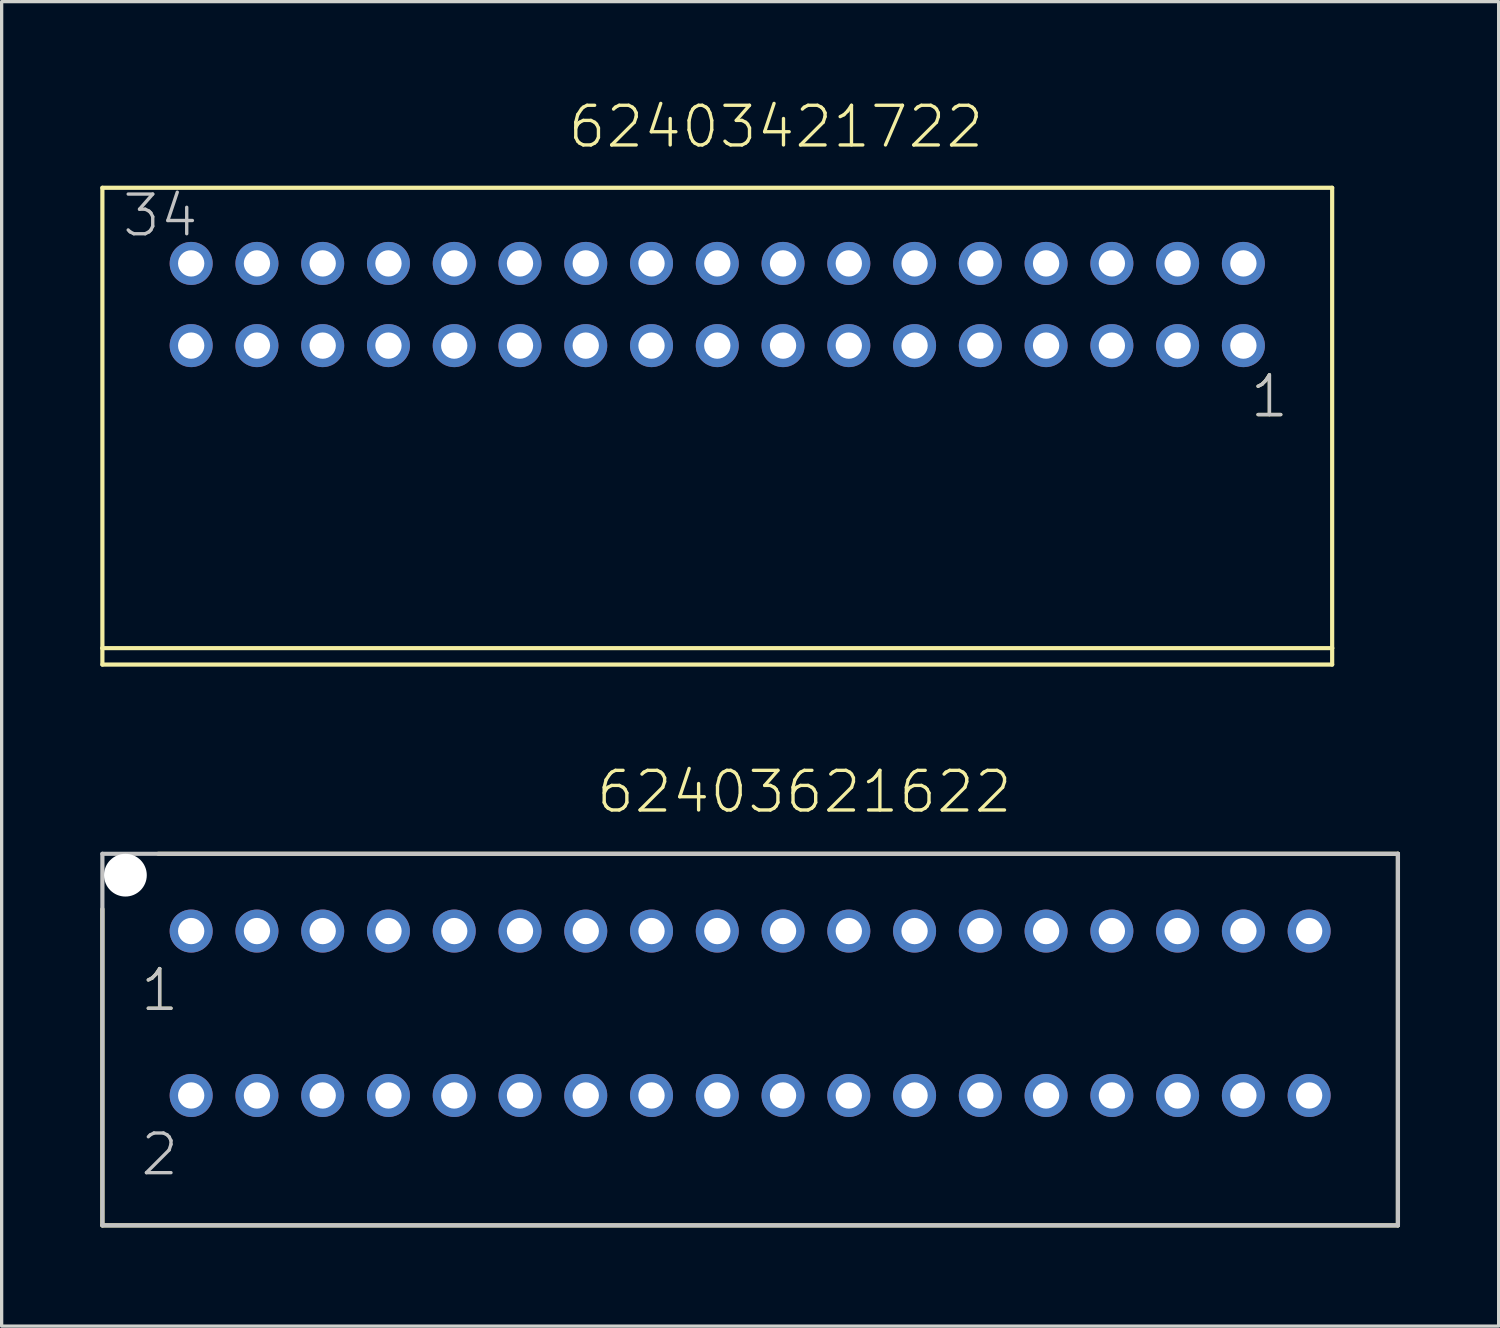
<source format=kicad_pcb>
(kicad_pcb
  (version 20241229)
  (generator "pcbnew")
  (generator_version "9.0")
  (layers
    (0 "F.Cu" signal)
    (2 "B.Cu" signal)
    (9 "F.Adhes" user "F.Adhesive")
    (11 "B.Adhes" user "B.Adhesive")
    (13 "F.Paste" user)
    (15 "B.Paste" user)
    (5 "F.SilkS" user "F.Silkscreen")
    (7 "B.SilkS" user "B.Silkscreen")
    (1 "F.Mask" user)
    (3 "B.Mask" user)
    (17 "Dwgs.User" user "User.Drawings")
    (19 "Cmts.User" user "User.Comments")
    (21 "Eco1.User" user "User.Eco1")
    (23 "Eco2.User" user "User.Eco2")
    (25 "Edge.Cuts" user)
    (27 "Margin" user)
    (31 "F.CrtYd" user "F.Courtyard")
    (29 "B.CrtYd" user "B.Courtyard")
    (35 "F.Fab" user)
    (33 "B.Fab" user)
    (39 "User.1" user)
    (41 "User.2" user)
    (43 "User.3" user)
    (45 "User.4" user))
  (footprint "62403621622"
    (layer "F.Cu")
    (at 19.764 27.766)
    (property "Reference" "62403621622" (at -4.736 -6.03 0) (layer "F.SilkS") (effects (font (size 1.206 1.206) (thickness 0.102)) (justify left bottom)))
    (attr through_hole)
    (fp_line (start -19.7 6.45) (end -19.7 -3.17) (stroke (width 0.127) (type solid)) (layer "F.SilkS"))
    (fp_line (start -18 -4.85) (end 19.7 -4.85) (stroke (width 0.127) (type solid)) (layer "F.SilkS"))
    (fp_line (start 19.7 -4.85) (end 19.7 6.45) (stroke (width 0.127) (type solid)) (layer "F.SilkS"))
    (fp_line (start 19.7 6.45) (end -19.7 6.45) (stroke (width 0.127) (type solid)) (layer "F.SilkS"))
    (fp_line (start -19.7 -4.85) (end 19.7 -4.85) (stroke (width 0.127) (type solid)) (layer "Dwgs.User"))
    (fp_line (start -19.7 6.45) (end -19.7 -4.85) (stroke (width 0.127) (type solid)) (layer "Dwgs.User"))
    (fp_line (start 19.7 -4.85) (end 19.7 6.45) (stroke (width 0.127) (type solid)) (layer "Dwgs.User"))
    (fp_line (start 19.7 6.45) (end -19.7 6.45) (stroke (width 0.127) (type solid)) (layer "Dwgs.User"))
    (fp_text user "1" (at -18.6 0 0) (layer "F.SilkS") (effects (font (size 1.206 1.206) (thickness 0.102)) (justify left bottom)))
    (fp_text user "1" (at -18.6 0 0) (layer "Dwgs.User") (effects (font (size 1.206 1.206) (thickness 0.102)) (justify left bottom)))
    (fp_text user "2" (at -18.6 5 0) (layer "Dwgs.User") (effects (font (size 1.206 1.206) (thickness 0.102)) (justify left bottom)))
    (pad "" np_thru_hole circle (at -19 -4.2) (size 1.3 1.3) (drill 1.3) (layers "*.Cu"))
    (pad "1" thru_hole circle (at -17 -2.5) (size 1.308 1.308) (drill 0.8) (layers "*.Cu" "*.Mask"))
    (pad "2" thru_hole circle (at -17 2.5) (size 1.308 1.308) (drill 0.8) (layers "*.Cu" "*.Mask"))
    (pad "3" thru_hole circle (at -15 -2.5) (size 1.308 1.308) (drill 0.8) (layers "*.Cu" "*.Mask"))
    (pad "4" thru_hole circle (at -15 2.5) (size 1.308 1.308) (drill 0.8) (layers "*.Cu" "*.Mask"))
    (pad "5" thru_hole circle (at -13 -2.5) (size 1.308 1.308) (drill 0.8) (layers "*.Cu" "*.Mask"))
    (pad "6" thru_hole circle (at -13 2.5) (size 1.308 1.308) (drill 0.8) (layers "*.Cu" "*.Mask"))
    (pad "7" thru_hole circle (at -11 -2.5) (size 1.308 1.308) (drill 0.8) (layers "*.Cu" "*.Mask"))
    (pad "8" thru_hole circle (at -11 2.5) (size 1.308 1.308) (drill 0.8) (layers "*.Cu" "*.Mask"))
    (pad "9" thru_hole circle (at -9 -2.5) (size 1.308 1.308) (drill 0.8) (layers "*.Cu" "*.Mask"))
    (pad "10" thru_hole circle (at -9 2.5) (size 1.308 1.308) (drill 0.8) (layers "*.Cu" "*.Mask"))
    (pad "11" thru_hole circle (at -7 -2.5) (size 1.308 1.308) (drill 0.8) (layers "*.Cu" "*.Mask"))
    (pad "12" thru_hole circle (at -7 2.5) (size 1.308 1.308) (drill 0.8) (layers "*.Cu" "*.Mask"))
    (pad "13" thru_hole circle (at -5 -2.5) (size 1.308 1.308) (drill 0.8) (layers "*.Cu" "*.Mask"))
    (pad "14" thru_hole circle (at -5 2.5) (size 1.308 1.308) (drill 0.8) (layers "*.Cu" "*.Mask"))
    (pad "15" thru_hole circle (at -3 -2.5) (size 1.308 1.308) (drill 0.8) (layers "*.Cu" "*.Mask"))
    (pad "16" thru_hole circle (at -3 2.5) (size 1.308 1.308) (drill 0.8) (layers "*.Cu" "*.Mask"))
    (pad "17" thru_hole circle (at -1 -2.5) (size 1.308 1.308) (drill 0.8) (layers "*.Cu" "*.Mask"))
    (pad "18" thru_hole circle (at -1 2.5) (size 1.308 1.308) (drill 0.8) (layers "*.Cu" "*.Mask"))
    (pad "19" thru_hole circle (at 1 -2.5) (size 1.308 1.308) (drill 0.8) (layers "*.Cu" "*.Mask"))
    (pad "20" thru_hole circle (at 1 2.5) (size 1.308 1.308) (drill 0.8) (layers "*.Cu" "*.Mask"))
    (pad "21" thru_hole circle (at 3 -2.5) (size 1.308 1.308) (drill 0.8) (layers "*.Cu" "*.Mask"))
    (pad "22" thru_hole circle (at 3 2.5) (size 1.308 1.308) (drill 0.8) (layers "*.Cu" "*.Mask"))
    (pad "23" thru_hole circle (at 5 -2.5) (size 1.308 1.308) (drill 0.8) (layers "*.Cu" "*.Mask"))
    (pad "24" thru_hole circle (at 5 2.5) (size 1.308 1.308) (drill 0.8) (layers "*.Cu" "*.Mask"))
    (pad "25" thru_hole circle (at 7 -2.5) (size 1.308 1.308) (drill 0.8) (layers "*.Cu" "*.Mask"))
    (pad "26" thru_hole circle (at 7 2.5) (size 1.308 1.308) (drill 0.8) (layers "*.Cu" "*.Mask"))
    (pad "27" thru_hole circle (at 9 -2.5) (size 1.308 1.308) (drill 0.8) (layers "*.Cu" "*.Mask"))
    (pad "28" thru_hole circle (at 9 2.5) (size 1.308 1.308) (drill 0.8) (layers "*.Cu" "*.Mask"))
    (pad "29" thru_hole circle (at 11 -2.5) (size 1.308 1.308) (drill 0.8) (layers "*.Cu" "*.Mask"))
    (pad "30" thru_hole circle (at 11 2.5) (size 1.308 1.308) (drill 0.8) (layers "*.Cu" "*.Mask"))
    (pad "31" thru_hole circle (at 13 -2.5) (size 1.308 1.308) (drill 0.8) (layers "*.Cu" "*.Mask"))
    (pad "32" thru_hole circle (at 13 2.5) (size 1.308 1.308) (drill 0.8) (layers "*.Cu" "*.Mask"))
    (pad "33" thru_hole circle (at 15 -2.5) (size 1.308 1.308) (drill 0.8) (layers "*.Cu" "*.Mask"))
    (pad "34" thru_hole circle (at 15 2.5) (size 1.308 1.308) (drill 0.8) (layers "*.Cu" "*.Mask"))
    (pad "35" thru_hole circle (at 17 -2.5) (size 1.308 1.308) (drill 0.8) (layers "*.Cu" "*.Mask"))
    (pad "36" thru_hole circle (at 17 2.5) (size 1.308 1.308) (drill 0.8) (layers "*.Cu" "*.Mask")))
  (footprint "62403421722"
    (layer "F.Cu")
    (at 18.764 6.211)
    (property "Reference" "62403421722" (at -4.6 -4.7 0) (layer "F.SilkS") (effects (font (size 1.206 1.206) (thickness 0.102)) (justify left bottom)))
    (attr through_hole)
    (fp_line (start -18.7 -3.55) (end -18.7 10.45) (stroke (width 0.127) (type solid)) (layer "F.SilkS"))
    (fp_line (start -18.7 10.45) (end -18.7 10.95) (stroke (width 0.127) (type solid)) (layer "F.SilkS"))
    (fp_line (start -18.7 10.45) (end 18.7 10.45) (stroke (width 0.127) (type solid)) (layer "F.SilkS"))
    (fp_line (start -18.7 10.95) (end 18.7 10.95) (stroke (width 0.127) (type solid)) (layer "F.SilkS"))
    (fp_line (start 18.7 -3.55) (end -18.7 -3.55) (stroke (width 0.127) (type solid)) (layer "F.SilkS"))
    (fp_line (start 18.7 10.45) (end 18.7 -3.55) (stroke (width 0.127) (type solid)) (layer "F.SilkS"))
    (fp_line (start 18.7 10.95) (end 18.7 10.45) (stroke (width 0.127) (type solid)) (layer "F.SilkS"))
    (fp_text user "1" (at 16.15 3.5 0) (layer "F.SilkS") (effects (font (size 1.206 1.206) (thickness 0.102)) (justify left bottom)))
    (fp_text user "34" (at -18.155 -2 0) (layer "Dwgs.User") (effects (font (size 1.206 1.206) (thickness 0.102)) (justify left bottom)))
    (fp_text user "1" (at 16.15 3.5 0) (layer "Dwgs.User") (effects (font (size 1.206 1.206) (thickness 0.102)) (justify left bottom)))
    (pad "1" thru_hole circle (at 16 1.25 180) (size 1.308 1.308) (drill 0.8) (layers "*.Cu" "*.Mask"))
    (pad "2" thru_hole circle (at 16 -1.25 180) (size 1.308 1.308) (drill 0.8) (layers "*.Cu" "*.Mask"))
    (pad "3" thru_hole circle (at 14 1.25 180) (size 1.308 1.308) (drill 0.8) (layers "*.Cu" "*.Mask"))
    (pad "4" thru_hole circle (at 14 -1.25 180) (size 1.308 1.308) (drill 0.8) (layers "*.Cu" "*.Mask"))
    (pad "5" thru_hole circle (at 12 1.25 180) (size 1.308 1.308) (drill 0.8) (layers "*.Cu" "*.Mask"))
    (pad "6" thru_hole circle (at 12 -1.25 180) (size 1.308 1.308) (drill 0.8) (layers "*.Cu" "*.Mask"))
    (pad "7" thru_hole circle (at 10 1.25 180) (size 1.308 1.308) (drill 0.8) (layers "*.Cu" "*.Mask"))
    (pad "8" thru_hole circle (at 10 -1.25 180) (size 1.308 1.308) (drill 0.8) (layers "*.Cu" "*.Mask"))
    (pad "9" thru_hole circle (at 8 1.25 180) (size 1.308 1.308) (drill 0.8) (layers "*.Cu" "*.Mask"))
    (pad "10" thru_hole circle (at 8 -1.25 180) (size 1.308 1.308) (drill 0.8) (layers "*.Cu" "*.Mask"))
    (pad "11" thru_hole circle (at 6 1.25 180) (size 1.308 1.308) (drill 0.8) (layers "*.Cu" "*.Mask"))
    (pad "12" thru_hole circle (at 6 -1.25 180) (size 1.308 1.308) (drill 0.8) (layers "*.Cu" "*.Mask"))
    (pad "13" thru_hole circle (at 4 1.25 180) (size 1.308 1.308) (drill 0.8) (layers "*.Cu" "*.Mask"))
    (pad "14" thru_hole circle (at 4 -1.25 180) (size 1.308 1.308) (drill 0.8) (layers "*.Cu" "*.Mask"))
    (pad "15" thru_hole circle (at 2 1.25 180) (size 1.308 1.308) (drill 0.8) (layers "*.Cu" "*.Mask"))
    (pad "16" thru_hole circle (at 2 -1.25 180) (size 1.308 1.308) (drill 0.8) (layers "*.Cu" "*.Mask"))
    (pad "17" thru_hole circle (at 0 1.25 180) (size 1.308 1.308) (drill 0.8) (layers "*.Cu" "*.Mask"))
    (pad "18" thru_hole circle (at 0 -1.25 180) (size 1.308 1.308) (drill 0.8) (layers "*.Cu" "*.Mask"))
    (pad "19" thru_hole circle (at -2 1.25 180) (size 1.308 1.308) (drill 0.8) (layers "*.Cu" "*.Mask"))
    (pad "20" thru_hole circle (at -2 -1.25 180) (size 1.308 1.308) (drill 0.8) (layers "*.Cu" "*.Mask"))
    (pad "21" thru_hole circle (at -4 1.25 180) (size 1.308 1.308) (drill 0.8) (layers "*.Cu" "*.Mask"))
    (pad "22" thru_hole circle (at -4 -1.25 180) (size 1.308 1.308) (drill 0.8) (layers "*.Cu" "*.Mask"))
    (pad "23" thru_hole circle (at -6 1.25 180) (size 1.308 1.308) (drill 0.8) (layers "*.Cu" "*.Mask"))
    (pad "24" thru_hole circle (at -6 -1.25 180) (size 1.308 1.308) (drill 0.8) (layers "*.Cu" "*.Mask"))
    (pad "25" thru_hole circle (at -8 1.25 180) (size 1.308 1.308) (drill 0.8) (layers "*.Cu" "*.Mask"))
    (pad "26" thru_hole circle (at -8 -1.25 180) (size 1.308 1.308) (drill 0.8) (layers "*.Cu" "*.Mask"))
    (pad "27" thru_hole circle (at -10 1.25 180) (size 1.308 1.308) (drill 0.8) (layers "*.Cu" "*.Mask"))
    (pad "28" thru_hole circle (at -10 -1.25 180) (size 1.308 1.308) (drill 0.8) (layers "*.Cu" "*.Mask"))
    (pad "29" thru_hole circle (at -12 1.25 180) (size 1.308 1.308) (drill 0.8) (layers "*.Cu" "*.Mask"))
    (pad "30" thru_hole circle (at -12 -1.25 180) (size 1.308 1.308) (drill 0.8) (layers "*.Cu" "*.Mask"))
    (pad "31" thru_hole circle (at -14 1.25 180) (size 1.308 1.308) (drill 0.8) (layers "*.Cu" "*.Mask"))
    (pad "32" thru_hole circle (at -14 -1.25 180) (size 1.308 1.308) (drill 0.8) (layers "*.Cu" "*.Mask"))
    (pad "33" thru_hole circle (at -16 1.25 180) (size 1.308 1.308) (drill 0.8) (layers "*.Cu" "*.Mask"))
    (pad "34" thru_hole circle (at -16 -1.25 180) (size 1.308 1.308) (drill 0.8) (layers "*.Cu" "*.Mask")))
  (gr_rect
    (start -3 -3)
    (end 42.527 37.28)
    (stroke (width 0.1) (type default))
    (fill no)
    (layer "Edge.Cuts")))
</source>
